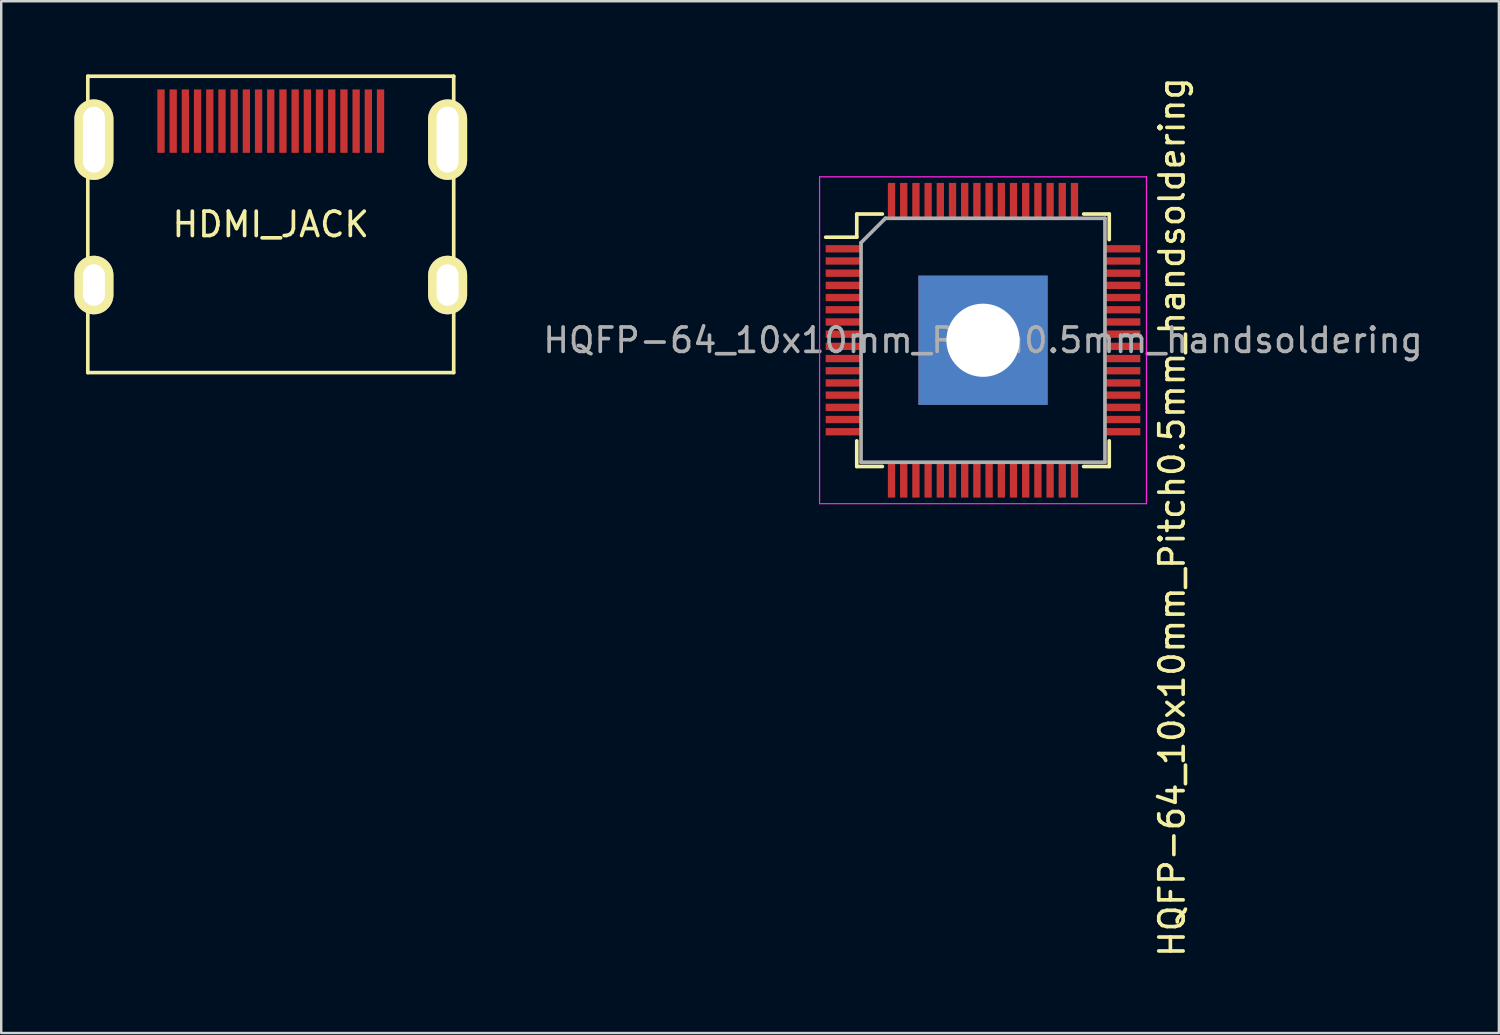
<source format=kicad_pcb>
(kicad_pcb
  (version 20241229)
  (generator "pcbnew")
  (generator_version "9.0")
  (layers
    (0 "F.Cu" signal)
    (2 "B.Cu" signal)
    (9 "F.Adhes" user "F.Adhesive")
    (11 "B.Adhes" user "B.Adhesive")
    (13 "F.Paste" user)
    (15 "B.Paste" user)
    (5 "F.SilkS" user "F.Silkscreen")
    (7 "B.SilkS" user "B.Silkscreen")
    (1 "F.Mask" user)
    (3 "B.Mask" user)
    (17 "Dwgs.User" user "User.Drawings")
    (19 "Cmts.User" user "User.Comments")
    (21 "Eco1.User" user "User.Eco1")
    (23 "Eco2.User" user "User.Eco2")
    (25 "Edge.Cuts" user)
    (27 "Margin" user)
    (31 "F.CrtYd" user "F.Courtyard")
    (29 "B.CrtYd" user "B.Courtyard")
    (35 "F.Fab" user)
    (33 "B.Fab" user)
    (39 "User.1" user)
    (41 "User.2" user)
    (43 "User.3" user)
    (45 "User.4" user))
  (footprint "HDMI_JACK"
    (layer "F.Cu")
    (at 8.05 6.15)
    (property "Reference" "HDMI_JACK" (at 0 0 0) (layer "F.SilkS") (effects (font (size 1 1) (thickness 0.15))))
    (attr through_hole)
    (fp_line (start -7.5 -6.075) (end -7.5 6.075) (stroke (width 0.15) (type solid)) (layer "F.SilkS"))
    (fp_line (start -7.5 6.075) (end 7.5 6.075) (stroke (width 0.15) (type solid)) (layer "F.SilkS"))
    (fp_line (start 7.5 -6.075) (end -7.5 -6.075) (stroke (width 0.15) (type solid)) (layer "F.SilkS"))
    (fp_line (start 7.5 6.075) (end 7.5 -6.075) (stroke (width 0.15) (type solid)) (layer "F.SilkS"))
    (pad "1" smd rect (at 4.5 -4.235) (size 0.3 2.6) (layers "F.Cu" "F.Mask" "F.Paste"))
    (pad "2" smd rect (at 4 -4.235) (size 0.3 2.6) (layers "F.Cu" "F.Mask" "F.Paste"))
    (pad "3" smd rect (at 3.5 -4.235) (size 0.3 2.6) (layers "F.Cu" "F.Mask" "F.Paste"))
    (pad "4" smd rect (at 3 -4.235) (size 0.3 2.6) (layers "F.Cu" "F.Mask" "F.Paste"))
    (pad "5" smd rect (at 2.5 -4.235) (size 0.3 2.6) (layers "F.Cu" "F.Mask" "F.Paste"))
    (pad "6" smd rect (at 2 -4.235) (size 0.3 2.6) (layers "F.Cu" "F.Mask" "F.Paste"))
    (pad "7" smd rect (at 1.5 -4.235) (size 0.3 2.6) (layers "F.Cu" "F.Mask" "F.Paste"))
    (pad "8" smd rect (at 1 -4.235) (size 0.3 2.6) (layers "F.Cu" "F.Mask" "F.Paste"))
    (pad "9" smd rect (at 0.5 -4.235) (size 0.3 2.6) (layers "F.Cu" "F.Mask" "F.Paste"))
    (pad "10" smd rect (at 0 -4.235) (size 0.3 2.6) (layers "F.Cu" "F.Mask" "F.Paste"))
    (pad "11" smd rect (at -0.5 -4.235) (size 0.3 2.6) (layers "F.Cu" "F.Mask" "F.Paste"))
    (pad "12" smd rect (at -1 -4.235) (size 0.3 2.6) (layers "F.Cu" "F.Mask" "F.Paste"))
    (pad "13" smd rect (at -1.5 -4.235) (size 0.3 2.6) (layers "F.Cu" "F.Mask" "F.Paste"))
    (pad "14" smd rect (at -2 -4.235) (size 0.3 2.6) (layers "F.Cu" "F.Mask" "F.Paste"))
    (pad "15" smd rect (at -2.5 -4.235) (size 0.3 2.6) (layers "F.Cu" "F.Mask" "F.Paste"))
    (pad "16" smd rect (at -3 -4.235) (size 0.3 2.6) (layers "F.Cu" "F.Mask" "F.Paste"))
    (pad "17" smd rect (at -3.5 -4.235) (size 0.3 2.6) (layers "F.Cu" "F.Mask" "F.Paste"))
    (pad "18" smd rect (at -4 -4.235) (size 0.3 2.6) (layers "F.Cu" "F.Mask" "F.Paste"))
    (pad "19" smd rect (at -4.5 -4.235) (size 0.3 2.6) (layers "F.Cu" "F.Mask" "F.Paste"))
    (pad "20" thru_hole oval (at 7.25 -3.475) (size 1.6 3.3) (drill oval 0.9 2.7) (layers "*.Cu" "*.Mask" "F.SilkS"))
    (pad "21" thru_hole oval (at 7.25 2.485) (size 1.6 2.4) (drill oval 0.9 1.7) (layers "*.Cu" "*.Mask" "F.SilkS"))
    (pad "22" thru_hole oval (at -7.25 2.485) (size 1.6 2.4) (drill oval 0.9 1.7) (layers "*.Cu" "*.Mask" "F.SilkS"))
    (pad "23" thru_hole oval (at -7.25 -3.475) (size 1.6 3.3) (drill oval 0.9 2.7) (layers "*.Cu" "*.Mask" "F.SilkS")))
  (footprint "HQFP-64_10x10mm_Pitch0.5mm_handsoldering"
    (layer "F.Cu")
    (at 37.249 10.899)
    (property "Reference" "HQFP-64_10x10mm_Pitch0.5mm_handsoldering" (at 7.75 7.25 270) (layer "F.SilkS") (effects (font (size 1 1) (thickness 0.15))))
    (attr smd)
    (fp_line (start -5.175 -5.175) (end -5.175 -4.225) (stroke (width 0.15) (type solid)) (layer "F.SilkS"))
    (fp_line (start -5.175 -5.175) (end -4.125 -5.175) (stroke (width 0.15) (type solid)) (layer "F.SilkS"))
    (fp_line (start -5.175 -4.225) (end -6.45 -4.225) (stroke (width 0.15) (type solid)) (layer "F.SilkS"))
    (fp_line (start -5.175 5.175) (end -5.175 4.125) (stroke (width 0.15) (type solid)) (layer "F.SilkS"))
    (fp_line (start -5.175 5.175) (end -4.125 5.175) (stroke (width 0.15) (type solid)) (layer "F.SilkS"))
    (fp_line (start 5.175 -5.175) (end 4.125 -5.175) (stroke (width 0.15) (type solid)) (layer "F.SilkS"))
    (fp_line (start 5.175 -5.175) (end 5.175 -4.125) (stroke (width 0.15) (type solid)) (layer "F.SilkS"))
    (fp_line (start 5.175 5.175) (end 4.125 5.175) (stroke (width 0.15) (type solid)) (layer "F.SilkS"))
    (fp_line (start 5.175 5.175) (end 5.175 4.125) (stroke (width 0.15) (type solid)) (layer "F.SilkS"))
    (fp_line (start -6.7 -6.7) (end -6.7 6.7) (stroke (width 0.05) (type solid)) (layer "F.CrtYd"))
    (fp_line (start -6.7 -6.7) (end 6.7 -6.7) (stroke (width 0.05) (type solid)) (layer "F.CrtYd"))
    (fp_line (start -6.7 6.7) (end 6.7 6.7) (stroke (width 0.05) (type solid)) (layer "F.CrtYd"))
    (fp_line (start 6.7 -6.7) (end 6.7 6.7) (stroke (width 0.05) (type solid)) (layer "F.CrtYd"))
    (fp_line (start -5 -4) (end -4 -5) (stroke (width 0.15) (type solid)) (layer "F.Fab"))
    (fp_line (start -5 5) (end -5 -4) (stroke (width 0.15) (type solid)) (layer "F.Fab"))
    (fp_line (start -4 -5) (end 5 -5) (stroke (width 0.15) (type solid)) (layer "F.Fab"))
    (fp_line (start 5 -5) (end 5 5) (stroke (width 0.15) (type solid)) (layer "F.Fab"))
    (fp_line (start 5 5) (end -5 5) (stroke (width 0.15) (type solid)) (layer "F.Fab"))
    (fp_text user "${REFERENCE}" (at 0 0 0) (layer "F.Fab") (effects (font (size 1 1) (thickness 0.15))))
    (pad "1" smd rect (at -5.7 -3.75) (size 1.5 0.3) (layers "F.Cu" "F.Mask" "F.Paste"))
    (pad "2" smd rect (at -5.7 -3.25) (size 1.5 0.3) (layers "F.Cu" "F.Mask" "F.Paste"))
    (pad "3" smd rect (at -5.7 -2.75) (size 1.5 0.3) (layers "F.Cu" "F.Mask" "F.Paste"))
    (pad "4" smd rect (at -5.7 -2.25) (size 1.5 0.3) (layers "F.Cu" "F.Mask" "F.Paste"))
    (pad "5" smd rect (at -5.7 -1.75) (size 1.5 0.3) (layers "F.Cu" "F.Mask" "F.Paste"))
    (pad "6" smd rect (at -5.7 -1.25) (size 1.5 0.3) (layers "F.Cu" "F.Mask" "F.Paste"))
    (pad "7" smd rect (at -5.7 -0.75) (size 1.5 0.3) (layers "F.Cu" "F.Mask" "F.Paste"))
    (pad "8" smd rect (at -5.7 -0.25) (size 1.5 0.3) (layers "F.Cu" "F.Mask" "F.Paste"))
    (pad "9" smd rect (at -5.7 0.25) (size 1.5 0.3) (layers "F.Cu" "F.Mask" "F.Paste"))
    (pad "10" smd rect (at -5.7 0.75) (size 1.5 0.3) (layers "F.Cu" "F.Mask" "F.Paste"))
    (pad "11" smd rect (at -5.7 1.25) (size 1.5 0.3) (layers "F.Cu" "F.Mask" "F.Paste"))
    (pad "12" smd rect (at -5.7 1.75) (size 1.5 0.3) (layers "F.Cu" "F.Mask" "F.Paste"))
    (pad "13" smd rect (at -5.7 2.25) (size 1.5 0.3) (layers "F.Cu" "F.Mask" "F.Paste"))
    (pad "14" smd rect (at -5.7 2.75) (size 1.5 0.3) (layers "F.Cu" "F.Mask" "F.Paste"))
    (pad "15" smd rect (at -5.7 3.25) (size 1.5 0.3) (layers "F.Cu" "F.Mask" "F.Paste"))
    (pad "16" smd rect (at -5.7 3.75) (size 1.5 0.3) (layers "F.Cu" "F.Mask" "F.Paste"))
    (pad "17" smd rect (at -3.75 5.7 90) (size 1.5 0.3) (layers "F.Cu" "F.Mask" "F.Paste"))
    (pad "18" smd rect (at -3.25 5.7 90) (size 1.5 0.3) (layers "F.Cu" "F.Mask" "F.Paste"))
    (pad "19" smd rect (at -2.75 5.7 90) (size 1.5 0.3) (layers "F.Cu" "F.Mask" "F.Paste"))
    (pad "20" smd rect (at -2.25 5.7 90) (size 1.5 0.3) (layers "F.Cu" "F.Mask" "F.Paste"))
    (pad "21" smd rect (at -1.75 5.7 90) (size 1.5 0.3) (layers "F.Cu" "F.Mask" "F.Paste"))
    (pad "22" smd rect (at -1.25 5.7 90) (size 1.5 0.3) (layers "F.Cu" "F.Mask" "F.Paste"))
    (pad "23" smd rect (at -0.75 5.7 90) (size 1.5 0.3) (layers "F.Cu" "F.Mask" "F.Paste"))
    (pad "24" smd rect (at -0.25 5.7 90) (size 1.5 0.3) (layers "F.Cu" "F.Mask" "F.Paste"))
    (pad "25" smd rect (at 0.25 5.7 90) (size 1.5 0.3) (layers "F.Cu" "F.Mask" "F.Paste"))
    (pad "26" smd rect (at 0.75 5.7 90) (size 1.5 0.3) (layers "F.Cu" "F.Mask" "F.Paste"))
    (pad "27" smd rect (at 1.25 5.7 90) (size 1.5 0.3) (layers "F.Cu" "F.Mask" "F.Paste"))
    (pad "28" smd rect (at 1.75 5.7 90) (size 1.5 0.3) (layers "F.Cu" "F.Mask" "F.Paste"))
    (pad "29" smd rect (at 2.25 5.7 90) (size 1.5 0.3) (layers "F.Cu" "F.Mask" "F.Paste"))
    (pad "30" smd rect (at 2.75 5.7 90) (size 1.5 0.3) (layers "F.Cu" "F.Mask" "F.Paste"))
    (pad "31" smd rect (at 3.25 5.7 90) (size 1.5 0.3) (layers "F.Cu" "F.Mask" "F.Paste"))
    (pad "32" smd rect (at 3.75 5.7 90) (size 1.5 0.3) (layers "F.Cu" "F.Mask" "F.Paste"))
    (pad "33" smd rect (at 5.7 3.75) (size 1.5 0.3) (layers "F.Cu" "F.Mask" "F.Paste"))
    (pad "34" smd rect (at 5.7 3.25) (size 1.5 0.3) (layers "F.Cu" "F.Mask" "F.Paste"))
    (pad "35" smd rect (at 5.7 2.75) (size 1.5 0.3) (layers "F.Cu" "F.Mask" "F.Paste"))
    (pad "36" smd rect (at 5.7 2.25) (size 1.5 0.3) (layers "F.Cu" "F.Mask" "F.Paste"))
    (pad "37" smd rect (at 5.7 1.75) (size 1.5 0.3) (layers "F.Cu" "F.Mask" "F.Paste"))
    (pad "38" smd rect (at 5.7 1.25) (size 1.5 0.3) (layers "F.Cu" "F.Mask" "F.Paste"))
    (pad "39" smd rect (at 5.7 0.75) (size 1.5 0.3) (layers "F.Cu" "F.Mask" "F.Paste"))
    (pad "40" smd rect (at 5.7 0.25) (size 1.5 0.3) (layers "F.Cu" "F.Mask" "F.Paste"))
    (pad "41" smd rect (at 5.7 -0.25) (size 1.5 0.3) (layers "F.Cu" "F.Mask" "F.Paste"))
    (pad "42" smd rect (at 5.7 -0.75) (size 1.5 0.3) (layers "F.Cu" "F.Mask" "F.Paste"))
    (pad "43" smd rect (at 5.7 -1.25) (size 1.5 0.3) (layers "F.Cu" "F.Mask" "F.Paste"))
    (pad "44" smd rect (at 5.7 -1.75) (size 1.5 0.3) (layers "F.Cu" "F.Mask" "F.Paste"))
    (pad "45" smd rect (at 5.7 -2.25) (size 1.5 0.3) (layers "F.Cu" "F.Mask" "F.Paste"))
    (pad "46" smd rect (at 5.7 -2.75) (size 1.5 0.3) (layers "F.Cu" "F.Mask" "F.Paste"))
    (pad "47" smd rect (at 5.7 -3.25) (size 1.5 0.3) (layers "F.Cu" "F.Mask" "F.Paste"))
    (pad "48" smd rect (at 5.7 -3.75) (size 1.5 0.3) (layers "F.Cu" "F.Mask" "F.Paste"))
    (pad "49" smd rect (at 3.75 -5.7 90) (size 1.5 0.3) (layers "F.Cu" "F.Mask" "F.Paste"))
    (pad "50" smd rect (at 3.25 -5.7 90) (size 1.5 0.3) (layers "F.Cu" "F.Mask" "F.Paste"))
    (pad "51" smd rect (at 2.75 -5.7 90) (size 1.5 0.3) (layers "F.Cu" "F.Mask" "F.Paste"))
    (pad "52" smd rect (at 2.25 -5.7 90) (size 1.5 0.3) (layers "F.Cu" "F.Mask" "F.Paste"))
    (pad "53" smd rect (at 1.75 -5.7 90) (size 1.5 0.3) (layers "F.Cu" "F.Mask" "F.Paste"))
    (pad "54" smd rect (at 1.25 -5.7 90) (size 1.5 0.3) (layers "F.Cu" "F.Mask" "F.Paste"))
    (pad "55" smd rect (at 0.75 -5.7 90) (size 1.5 0.3) (layers "F.Cu" "F.Mask" "F.Paste"))
    (pad "56" smd rect (at 0.25 -5.7 90) (size 1.5 0.3) (layers "F.Cu" "F.Mask" "F.Paste"))
    (pad "57" smd rect (at -0.25 -5.7 90) (size 1.5 0.3) (layers "F.Cu" "F.Mask" "F.Paste"))
    (pad "58" smd rect (at -0.75 -5.7 90) (size 1.5 0.3) (layers "F.Cu" "F.Mask" "F.Paste"))
    (pad "59" smd rect (at -1.25 -5.7 90) (size 1.5 0.3) (layers "F.Cu" "F.Mask" "F.Paste"))
    (pad "60" smd rect (at -1.75 -5.7 90) (size 1.5 0.3) (layers "F.Cu" "F.Mask" "F.Paste"))
    (pad "61" smd rect (at -2.25 -5.7 90) (size 1.5 0.3) (layers "F.Cu" "F.Mask" "F.Paste"))
    (pad "62" smd rect (at -2.75 -5.7 90) (size 1.5 0.3) (layers "F.Cu" "F.Mask" "F.Paste"))
    (pad "63" smd rect (at -3.25 -5.7 90) (size 1.5 0.3) (layers "F.Cu" "F.Mask" "F.Paste"))
    (pad "64" smd rect (at -3.75 -5.7 90) (size 1.5 0.3) (layers "F.Cu" "F.Mask" "F.Paste"))
    (pad "65" thru_hole rect (at 0 0) (size 5.3 5.3) (drill 3) (layers "*.Cu" "*.Mask")))
  (gr_rect
    (start -3 -3)
    (end 58.398 39.298)
    (stroke (width 0.1) (type default))
    (fill no)
    (layer "Edge.Cuts")))
</source>
